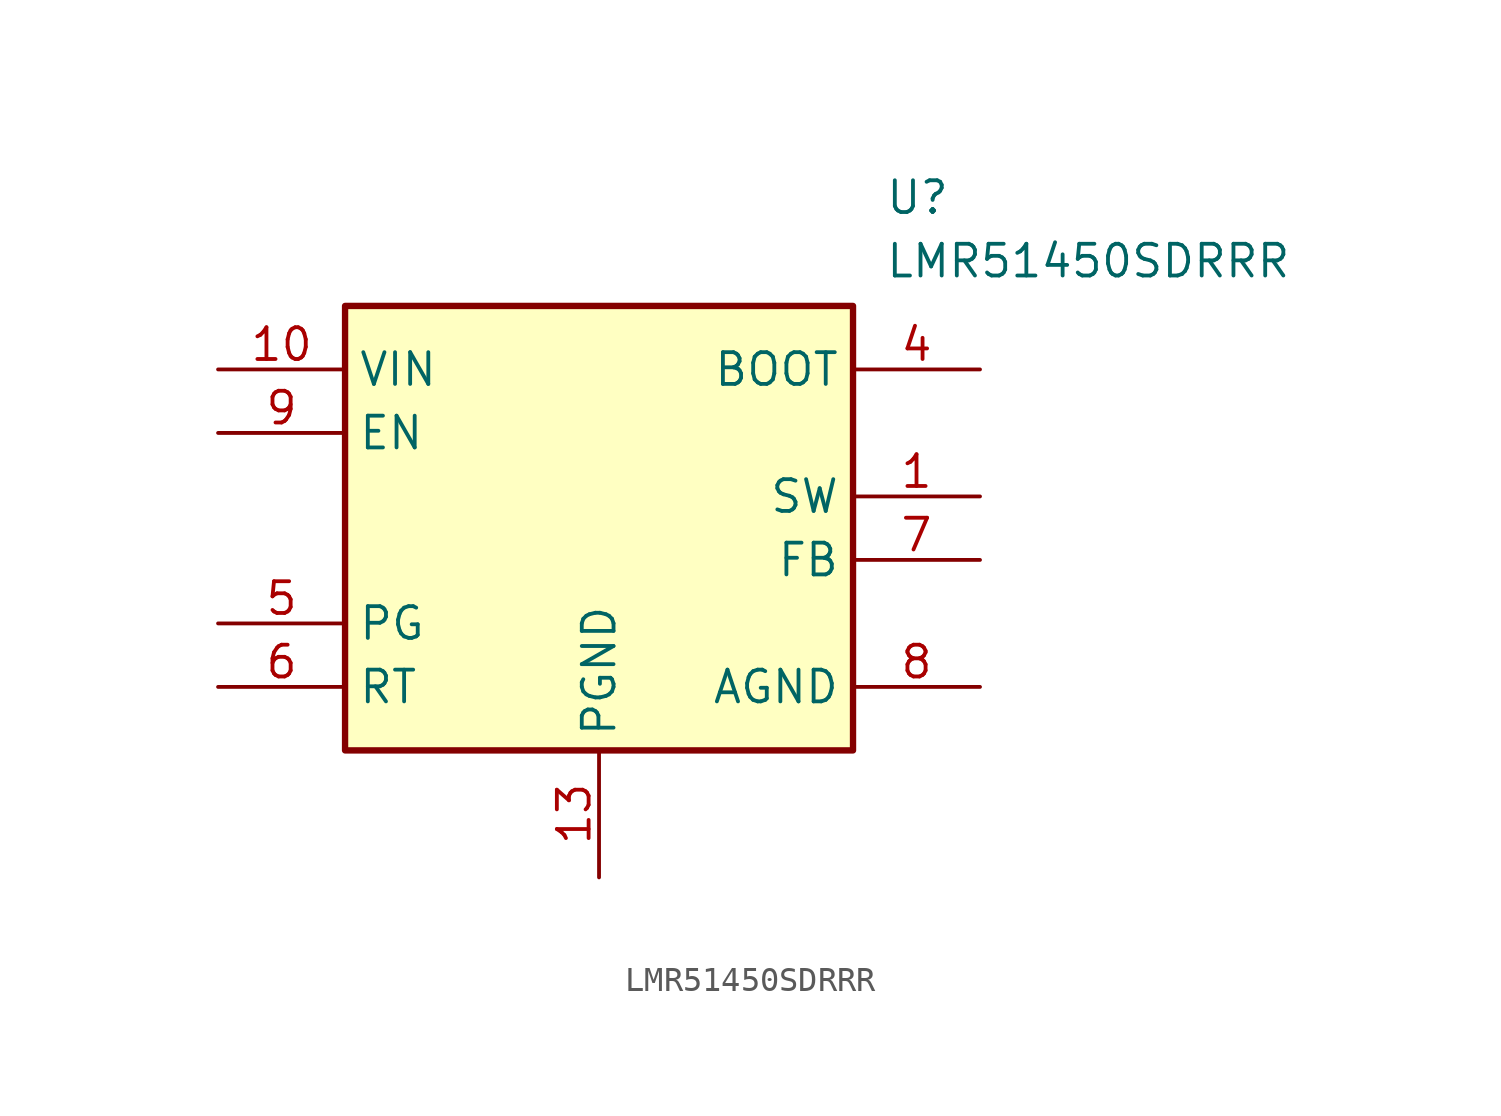
<source format=kicad_sym>
(kicad_symbol_lib
  (version 20231120)
  (generator "kicad_symbol_editor")
  (generator_version "8.0")
  (symbol "LMR51450SDRRR"
    (property "Reference" "U"
      (at 26.67 7.62 0)
      (effects (font (size 1.27 1.27)) (justify left top)))
    (property "Value" "LMR51450SDRRR"
      (at 26.67 5.08 0)
      (effects (font (size 1.27 1.27)) (justify left top)))
    (symbol "LMR51450SDRRR_1_1"
      (rectangle (start 5.08 2.54) (end 25.4 -15.24) (stroke (width 0.254) (type default)) (fill (type background)))
      (pin passive line (at 30.48 -5.08 180) (length 5.08) (name "SW" (effects (font (size 1.27 1.27)))) (number "1" (effects (font (size 1.27 1.27)))))
      (pin passive line (at 0 0 0) (length 5.08) (name "VIN" (effects (font (size 1.27 1.27)))) (number "10" (effects (font (size 1.27 1.27)))))
      (pin passive line (at 0 0 0) (length 5.08) hide (name "VIN_2" (effects (font (size 1.27 1.27)))) (number "11" (effects (font (size 1.27 1.27)))))
      (pin passive line (at 0 0 0) (length 5.08) hide (name "VIN_3" (effects (font (size 1.27 1.27)))) (number "12" (effects (font (size 1.27 1.27)))))
      (pin passive line (at 15.24 -20.32 90) (length 5.08) (name "PGND" (effects (font (size 1.27 1.27)))) (number "13" (effects (font (size 1.27 1.27)))))
      (pin passive line (at 30.48 -5.08 180) (length 5.08) hide (name "SW_2" (effects (font (size 1.27 1.27)))) (number "2" (effects (font (size 1.27 1.27)))))
      (pin passive line (at 30.48 -5.08 180) (length 5.08) hide (name "SW_3" (effects (font (size 1.27 1.27)))) (number "3" (effects (font (size 1.27 1.27)))))
      (pin passive line (at 30.48 0 180) (length 5.08) (name "BOOT" (effects (font (size 1.27 1.27)))) (number "4" (effects (font (size 1.27 1.27)))))
      (pin passive line (at 0 -10.16 0) (length 5.08) (name "PG" (effects (font (size 1.27 1.27)))) (number "5" (effects (font (size 1.27 1.27)))))
      (pin passive line (at 0 -12.7 0) (length 5.08) (name "RT" (effects (font (size 1.27 1.27)))) (number "6" (effects (font (size 1.27 1.27)))))
      (pin passive line (at 30.48 -7.62 180) (length 5.08) (name "FB" (effects (font (size 1.27 1.27)))) (number "7" (effects (font (size 1.27 1.27)))))
      (pin passive line (at 30.48 -12.7 180) (length 5.08) (name "AGND" (effects (font (size 1.27 1.27)))) (number "8" (effects (font (size 1.27 1.27)))))
      (pin passive line (at 0 -2.54 0) (length 5.08) (name "EN" (effects (font (size 1.27 1.27)))) (number "9" (effects (font (size 1.27 1.27))))))))
</source>
